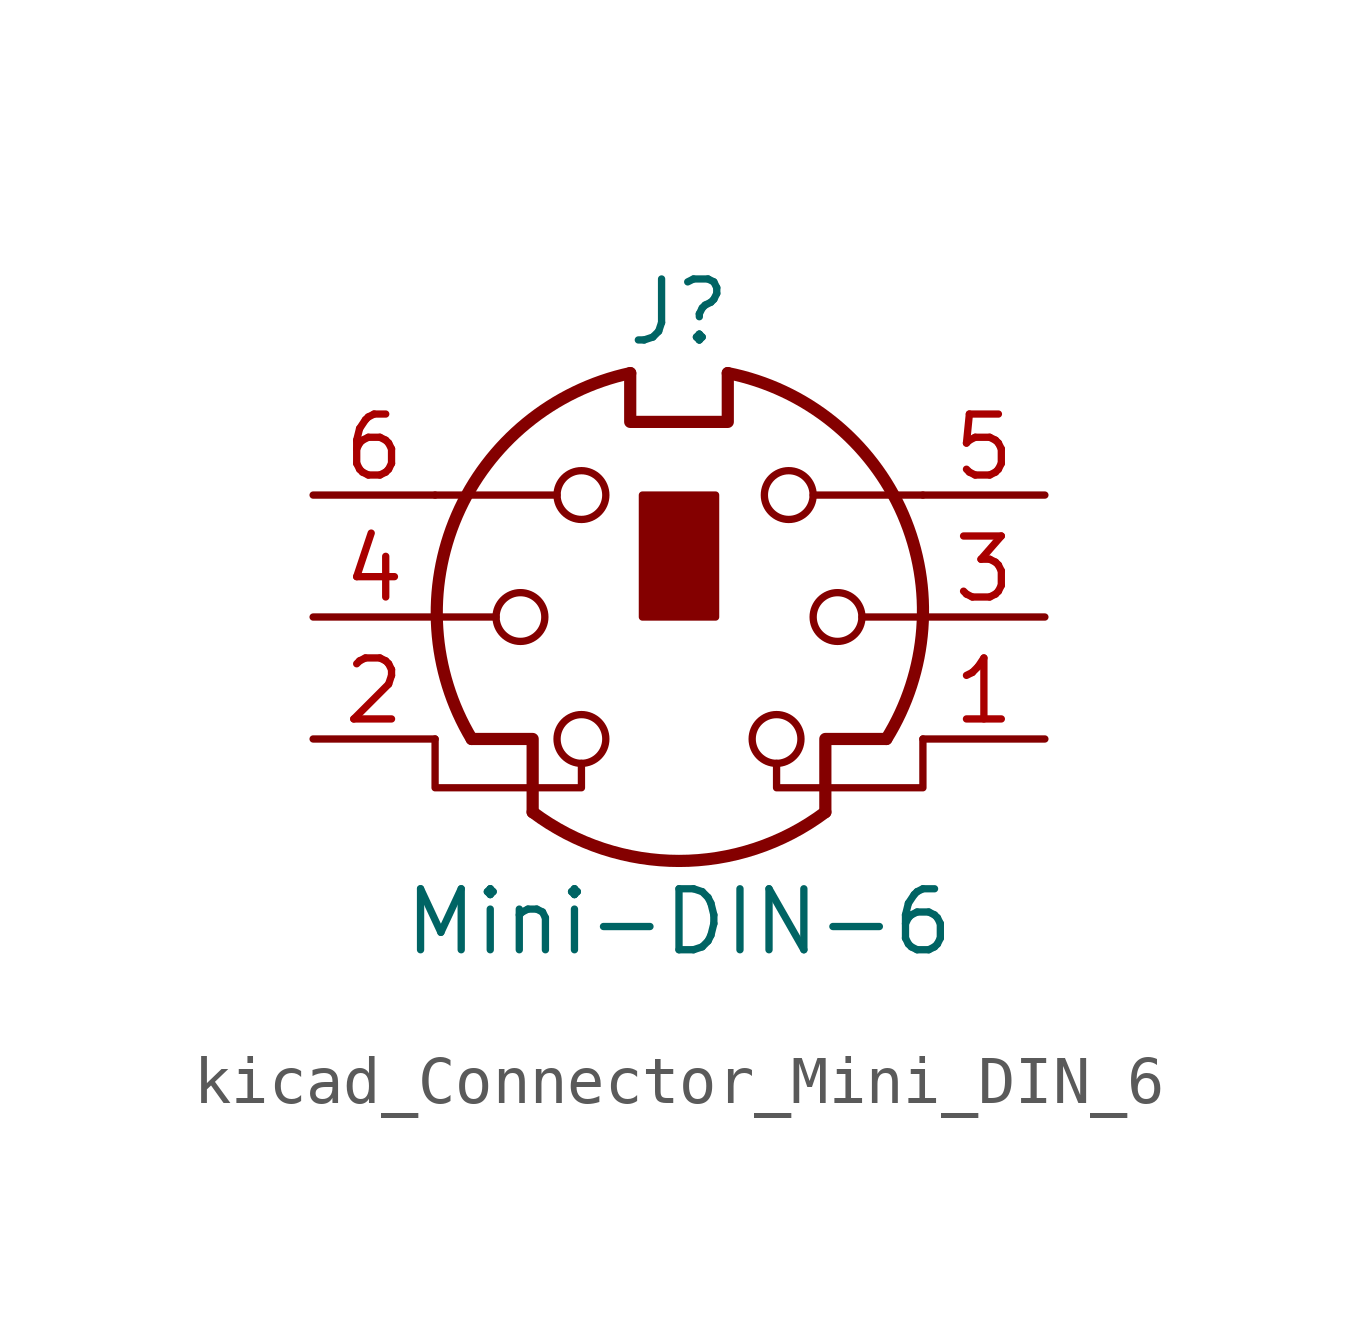
<source format=kicad_sym>
(kicad_symbol_lib
  (version 20220914)
  (generator kicad_symbol_editor)
  (symbol "kicad_Connector_Mini_DIN_6"
    (pin_names
      (offset 1.016))
    (property "Reference" "J"
      (at 0 6.35 0)
      (effects (font (size 1.27 1.27))))
    (property "Value" "Mini-DIN-6"
      (at 0 -6.35 0)
      (effects (font (size 1.27 1.27))))
    (symbol "kicad_Connector_Mini_DIN_6_0_1"
      (circle (center -3.302 0) (radius 0.508) (stroke (width 0) (type default)) (fill (type none)))
      (arc (start -3.048 -4.064) (mid 0 -5.08) (end 3.048 -4.064) (stroke (width 0.254) (type default)) (fill (type none)))
      (circle (center -2.032 -2.54) (radius 0.508) (stroke (width 0) (type default)) (fill (type none)))
      (circle (center -2.032 2.54) (radius 0.508) (stroke (width 0) (type default)) (fill (type none)))
      (arc (start -1.016 5.08) (mid -4.6228 2.1214) (end -4.318 -2.54) (stroke (width 0.254) (type default)) (fill (type none)))
      (rectangle (start -0.762 2.54) (end 0.762 0) (stroke (width 0) (type default)) (fill (type outline)))
      (polyline (pts (xy -3.81 0) (xy -5.08 0)) (stroke (width 0) (type default)) (fill (type none)))
      (polyline (pts (xy -2.54 2.54) (xy -5.08 2.54)) (stroke (width 0) (type default)) (fill (type none)))
      (polyline (pts (xy 2.794 2.54) (xy 5.08 2.54)) (stroke (width 0) (type default)) (fill (type none)))
      (polyline (pts (xy 5.08 0) (xy 3.81 0)) (stroke (width 0) (type default)) (fill (type none)))
      (polyline (pts (xy -4.318 -2.54) (xy -3.048 -2.54) (xy -3.048 -4.064)) (stroke (width 0.254) (type default)) (fill (type none)))
      (polyline (pts (xy 4.318 -2.54) (xy 3.048 -2.54) (xy 3.048 -4.064)) (stroke (width 0.254) (type default)) (fill (type none)))
      (polyline (pts (xy -2.032 -3.048) (xy -2.032 -3.556) (xy -5.08 -3.556) (xy -5.08 -2.54)) (stroke (width 0) (type default)) (fill (type none)))
      (polyline (pts (xy -1.016 5.08) (xy -1.016 4.064) (xy 1.016 4.064) (xy 1.016 5.08)) (stroke (width 0.254) (type default)) (fill (type none)))
      (polyline (pts (xy 2.032 -3.048) (xy 2.032 -3.556) (xy 5.08 -3.556) (xy 5.08 -2.54)) (stroke (width 0) (type default)) (fill (type none)))
      (circle (center 2.032 -2.54) (radius 0.508) (stroke (width 0) (type default)) (fill (type none)))
      (circle (center 2.286 2.54) (radius 0.508) (stroke (width 0) (type default)) (fill (type none)))
      (circle (center 3.302 0) (radius 0.508) (stroke (width 0) (type default)) (fill (type none)))
      (arc (start 4.318 -2.54) (mid 4.6661 2.1322) (end 1.016 5.08) (stroke (width 0.254) (type default)) (fill (type none))))
    (symbol "kicad_Connector_Mini_DIN_6_1_1"
      (pin passive line (at 7.62 -2.54 180) (length 2.54) (name "~" (effects (font (size 1.27 1.27)))) (number "1" (effects (font (size 1.27 1.27)))))
      (pin passive line (at -7.62 -2.54 0) (length 2.54) (name "~" (effects (font (size 1.27 1.27)))) (number "2" (effects (font (size 1.27 1.27)))))
      (pin passive line (at 7.62 0 180) (length 2.54) (name "~" (effects (font (size 1.27 1.27)))) (number "3" (effects (font (size 1.27 1.27)))))
      (pin passive line (at -7.62 0 0) (length 2.54) (name "~" (effects (font (size 1.27 1.27)))) (number "4" (effects (font (size 1.27 1.27)))))
      (pin passive line (at 7.62 2.54 180) (length 2.54) (name "~" (effects (font (size 1.27 1.27)))) (number "5" (effects (font (size 1.27 1.27)))))
      (pin passive line (at -7.62 2.54 0) (length 2.54) (name "~" (effects (font (size 1.27 1.27)))) (number "6" (effects (font (size 1.27 1.27))))))))
</source>
